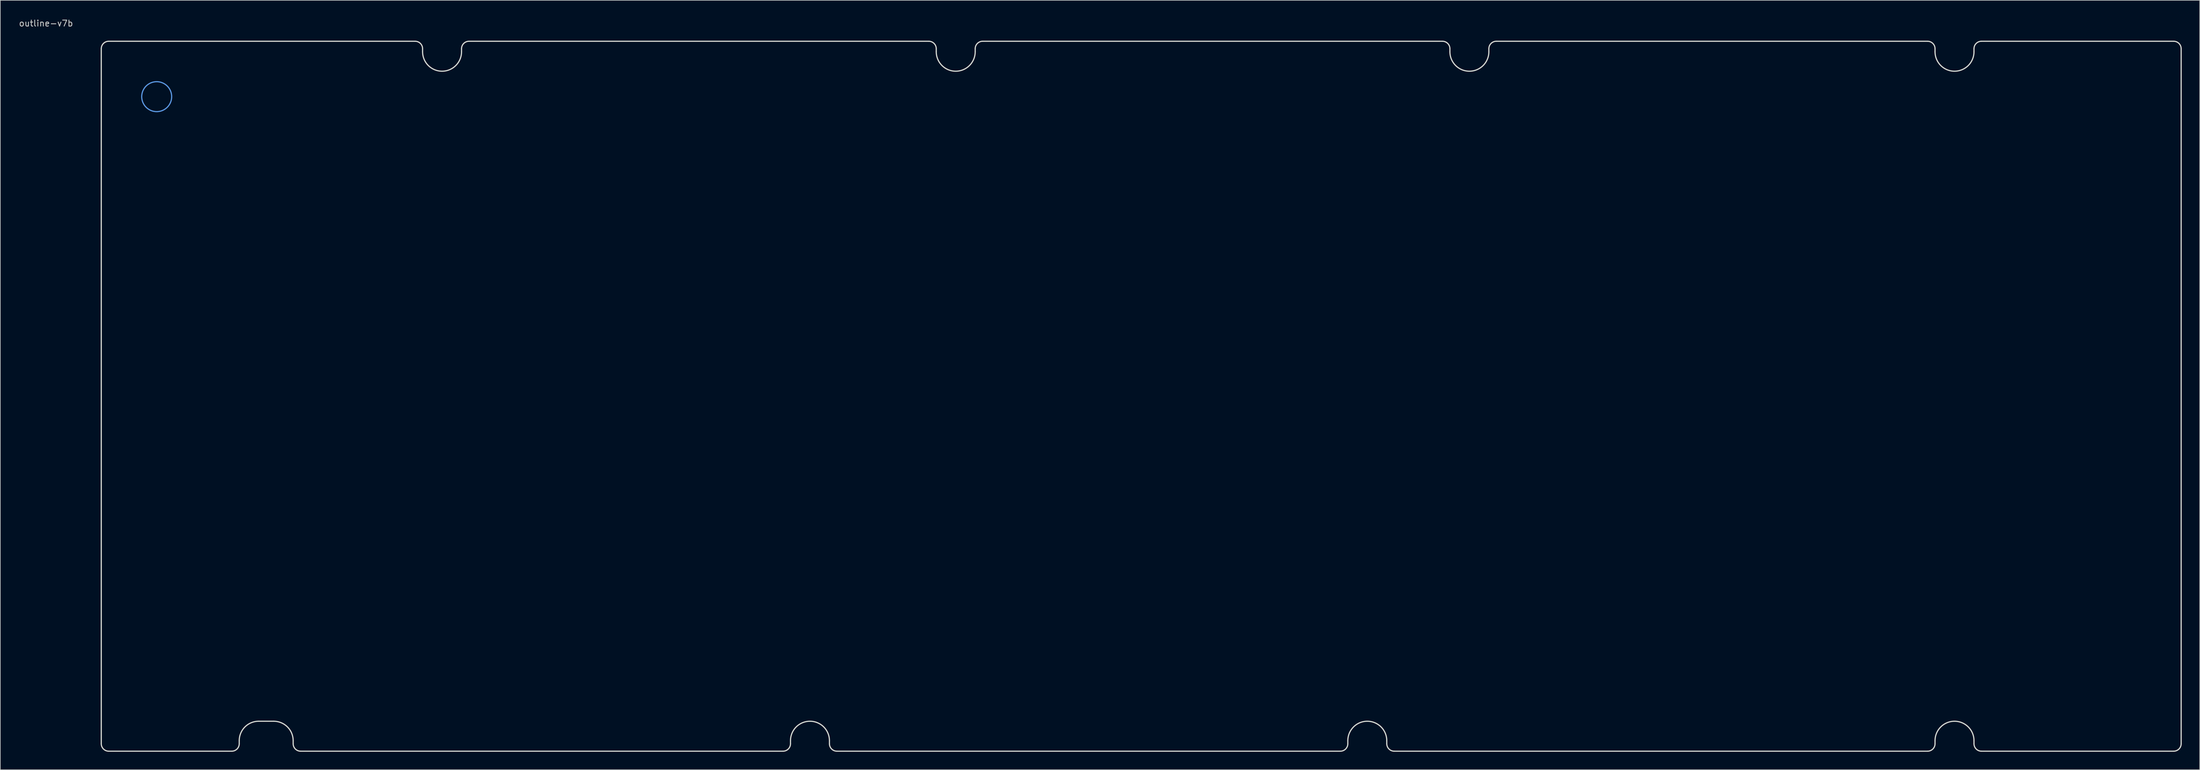
<source format=kicad_pcb>
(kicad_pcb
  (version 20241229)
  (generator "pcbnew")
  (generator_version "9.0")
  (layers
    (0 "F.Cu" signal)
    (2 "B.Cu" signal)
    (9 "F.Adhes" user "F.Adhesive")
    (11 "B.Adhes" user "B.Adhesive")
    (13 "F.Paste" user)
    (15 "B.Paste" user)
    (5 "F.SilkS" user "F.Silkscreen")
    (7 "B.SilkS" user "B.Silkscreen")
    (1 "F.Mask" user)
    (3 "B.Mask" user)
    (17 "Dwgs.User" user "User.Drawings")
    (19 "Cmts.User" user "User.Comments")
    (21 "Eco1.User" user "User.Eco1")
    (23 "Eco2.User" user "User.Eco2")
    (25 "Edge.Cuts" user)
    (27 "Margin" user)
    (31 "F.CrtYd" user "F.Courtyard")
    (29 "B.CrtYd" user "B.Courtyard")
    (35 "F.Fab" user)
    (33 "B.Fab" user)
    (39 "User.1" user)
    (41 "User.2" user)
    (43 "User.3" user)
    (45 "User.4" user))
  (footprint "outline-v7b"
    (layer "F.Cu")
    (at 23.125 13.098)
    (property "Reference" "outline-v7b" (at -18.5 -12.25 0) (layer "Dwgs.User") (effects (font (size 1 1) (thickness 0.15))))
    (attr exclude_from_pos_files exclude_from_bom)
    (fp_circle (center -0.025 -0.013) (end 2.475 -0.013) (stroke (width 0.2) (type solid)) (fill no) (layer "Cmts.User"))
    (fp_line (start -9.275 108) (end -9.275 -8.012) (stroke (width 0.2) (type solid)) (layer "Edge.Cuts"))
    (fp_line (start -8.025 -9.262) (end 43.1 -9.262) (stroke (width 0.2) (type solid)) (layer "Edge.Cuts"))
    (fp_line (start 12.5 109.25) (end -8.025 109.25) (stroke (width 0.2) (type solid)) (layer "Edge.Cuts"))
    (fp_line (start 13.75 107.5) (end 13.75 108) (stroke (width 0.2) (type solid)) (layer "Edge.Cuts"))
    (fp_line (start 19.5 104.25) (end 17 104.25) (stroke (width 0.2) (type solid)) (layer "Edge.Cuts"))
    (fp_line (start 22.75 108) (end 22.75 107.5) (stroke (width 0.2) (type solid)) (layer "Edge.Cuts"))
    (fp_line (start 44.35 -8.012) (end 44.35 -7.513) (stroke (width 0.2) (type solid)) (layer "Edge.Cuts"))
    (fp_line (start 50.85 -7.513) (end 50.85 -8.012) (stroke (width 0.2) (type solid)) (layer "Edge.Cuts"))
    (fp_line (start 52.1 -9.262) (end 128.825 -9.262) (stroke (width 0.2) (type solid)) (layer "Edge.Cuts"))
    (fp_line (start 104.5 109.25) (end 24 109.25) (stroke (width 0.2) (type solid)) (layer "Edge.Cuts"))
    (fp_line (start 105.75 107.5) (end 105.75 108) (stroke (width 0.2) (type solid)) (layer "Edge.Cuts"))
    (fp_line (start 112.25 108) (end 112.25 107.5) (stroke (width 0.2) (type solid)) (layer "Edge.Cuts"))
    (fp_line (start 130.075 -8.012) (end 130.075 -7.513) (stroke (width 0.2) (type solid)) (layer "Edge.Cuts"))
    (fp_line (start 136.575 -7.513) (end 136.575 -8.012) (stroke (width 0.2) (type solid)) (layer "Edge.Cuts"))
    (fp_line (start 137.825 -9.262) (end 214.55 -9.262) (stroke (width 0.2) (type solid)) (layer "Edge.Cuts"))
    (fp_line (start 197.512 109.25) (end 113.5 109.25) (stroke (width 0.2) (type solid)) (layer "Edge.Cuts"))
    (fp_line (start 198.762 107.5) (end 198.762 108) (stroke (width 0.2) (type solid)) (layer "Edge.Cuts"))
    (fp_line (start 205.262 108) (end 205.262 107.5) (stroke (width 0.2) (type solid)) (layer "Edge.Cuts"))
    (fp_line (start 215.8 -8.012) (end 215.8 -7.513) (stroke (width 0.2) (type solid)) (layer "Edge.Cuts"))
    (fp_line (start 222.3 -7.513) (end 222.3 -8.012) (stroke (width 0.2) (type solid)) (layer "Edge.Cuts"))
    (fp_line (start 223.55 -9.262) (end 295.512 -9.262) (stroke (width 0.2) (type solid)) (layer "Edge.Cuts"))
    (fp_line (start 295.512 109.25) (end 206.512 109.25) (stroke (width 0.2) (type solid)) (layer "Edge.Cuts"))
    (fp_line (start 296.762 -8.012) (end 296.762 -7.513) (stroke (width 0.2) (type solid)) (layer "Edge.Cuts"))
    (fp_line (start 296.762 107.5) (end 296.762 108) (stroke (width 0.2) (type solid)) (layer "Edge.Cuts"))
    (fp_line (start 303.262 -7.513) (end 303.262 -8.012) (stroke (width 0.2) (type solid)) (layer "Edge.Cuts"))
    (fp_line (start 303.262 108) (end 303.262 107.5) (stroke (width 0.2) (type solid)) (layer "Edge.Cuts"))
    (fp_line (start 304.512 -9.262) (end 336.587 -9.262) (stroke (width 0.2) (type solid)) (layer "Edge.Cuts"))
    (fp_line (start 336.587 109.25) (end 304.512 109.25) (stroke (width 0.2) (type solid)) (layer "Edge.Cuts"))
    (fp_line (start 337.837 -8.012) (end 337.837 108) (stroke (width 0.2) (type solid)) (layer "Edge.Cuts"))
    (fp_arc (start -9.275001 -8.012501) (mid -8.908884 -8.896384) (end -8.025 -9.2625) (stroke (width 0.2) (type solid)) (layer "Edge.Cuts"))
    (fp_arc (start -8.025 109.250001) (mid -8.908884 108.883884) (end -9.275001 108) (stroke (width 0.2) (type solid)) (layer "Edge.Cuts"))
    (fp_arc (start 13.75 107.5) (mid 14.701903 105.201903) (end 17 104.25) (stroke (width 0.2) (type solid)) (layer "Edge.Cuts"))
    (fp_arc (start 13.75 108) (mid 13.383883 108.883883) (end 12.5 109.25) (stroke (width 0.2) (type solid)) (layer "Edge.Cuts"))
    (fp_arc (start 19.5 104.25) (mid 21.798097 105.201903) (end 22.75 107.5) (stroke (width 0.2) (type solid)) (layer "Edge.Cuts"))
    (fp_arc (start 24 109.25) (mid 23.116117 108.883883) (end 22.75 108) (stroke (width 0.2) (type solid)) (layer "Edge.Cuts"))
    (fp_arc (start 43.099999 -9.2625) (mid 43.983882 -8.896383) (end 44.349999 -8.0125) (stroke (width 0.2) (type solid)) (layer "Edge.Cuts"))
    (fp_arc (start 50.849999 -8.0125) (mid 51.216116 -8.896383) (end 52.099999 -9.2625) (stroke (width 0.2) (type solid)) (layer "Edge.Cuts"))
    (fp_arc (start 50.849999 -7.5125) (mid 47.599999 -4.2625) (end 44.349999 -7.5125) (stroke (width 0.2) (type solid)) (layer "Edge.Cuts"))
    (fp_arc (start 105.75 107.5) (mid 109 104.25) (end 112.25 107.5) (stroke (width 0.2) (type solid)) (layer "Edge.Cuts"))
    (fp_arc (start 105.75 108) (mid 105.383883 108.883883) (end 104.5 109.25) (stroke (width 0.2) (type solid)) (layer "Edge.Cuts"))
    (fp_arc (start 113.5 109.25) (mid 112.616117 108.883883) (end 112.25 108) (stroke (width 0.2) (type solid)) (layer "Edge.Cuts"))
    (fp_arc (start 128.824999 -9.2625) (mid 129.708882 -8.896383) (end 130.074999 -8.0125) (stroke (width 0.2) (type solid)) (layer "Edge.Cuts"))
    (fp_arc (start 136.574999 -8.0125) (mid 136.941116 -8.896383) (end 137.824999 -9.2625) (stroke (width 0.2) (type solid)) (layer "Edge.Cuts"))
    (fp_arc (start 136.574999 -7.5125) (mid 133.324999 -4.2625) (end 130.074999 -7.5125) (stroke (width 0.2) (type solid)) (layer "Edge.Cuts"))
    (fp_arc (start 198.762499 107.5) (mid 202.012499 104.25) (end 205.262499 107.5) (stroke (width 0.2) (type solid)) (layer "Edge.Cuts"))
    (fp_arc (start 198.762499 108) (mid 198.396382 108.883883) (end 197.512499 109.25) (stroke (width 0.2) (type solid)) (layer "Edge.Cuts"))
    (fp_arc (start 206.512499 109.25) (mid 205.628616 108.883883) (end 205.262499 108) (stroke (width 0.2) (type solid)) (layer "Edge.Cuts"))
    (fp_arc (start 214.55 -9.2625) (mid 215.433883 -8.896383) (end 215.8 -8.0125) (stroke (width 0.2) (type solid)) (layer "Edge.Cuts"))
    (fp_arc (start 222.299999 -8.012501) (mid 222.666116 -8.896384) (end 223.55 -9.2625) (stroke (width 0.2) (type solid)) (layer "Edge.Cuts"))
    (fp_arc (start 222.3 -7.5125) (mid 219.05 -4.2625) (end 215.8 -7.5125) (stroke (width 0.2) (type solid)) (layer "Edge.Cuts"))
    (fp_arc (start 295.512499 -9.2625) (mid 296.396382 -8.896383) (end 296.762499 -8.0125) (stroke (width 0.2) (type solid)) (layer "Edge.Cuts"))
    (fp_arc (start 296.762499 107.5) (mid 300.012499 104.25) (end 303.262499 107.5) (stroke (width 0.2) (type solid)) (layer "Edge.Cuts"))
    (fp_arc (start 296.762499 108) (mid 296.396382 108.883883) (end 295.512499 109.25) (stroke (width 0.2) (type solid)) (layer "Edge.Cuts"))
    (fp_arc (start 303.262499 -7.5125) (mid 300.012499 -4.2625) (end 296.762499 -7.5125) (stroke (width 0.2) (type solid)) (layer "Edge.Cuts"))
    (fp_arc (start 303.2625 -8.012499) (mid 303.628616 -8.896383) (end 304.512499 -9.2625) (stroke (width 0.2) (type solid)) (layer "Edge.Cuts"))
    (fp_arc (start 304.5125 109.25) (mid 303.628617 108.883883) (end 303.2625 108) (stroke (width 0.2) (type solid)) (layer "Edge.Cuts"))
    (fp_arc (start 336.5875 -9.2625) (mid 337.471383 -8.896383) (end 337.8375 -8.0125) (stroke (width 0.2) (type solid)) (layer "Edge.Cuts"))
    (fp_arc (start 337.8375 108) (mid 337.471383 108.883883) (end 336.5875 109.25) (stroke (width 0.2) (type solid)) (layer "Edge.Cuts")))
  (gr_rect
    (start -3 -3)
    (end 364.062 125.448)
    (stroke (width 0.1) (type default))
    (fill no)
    (layer "Edge.Cuts")))
</source>
